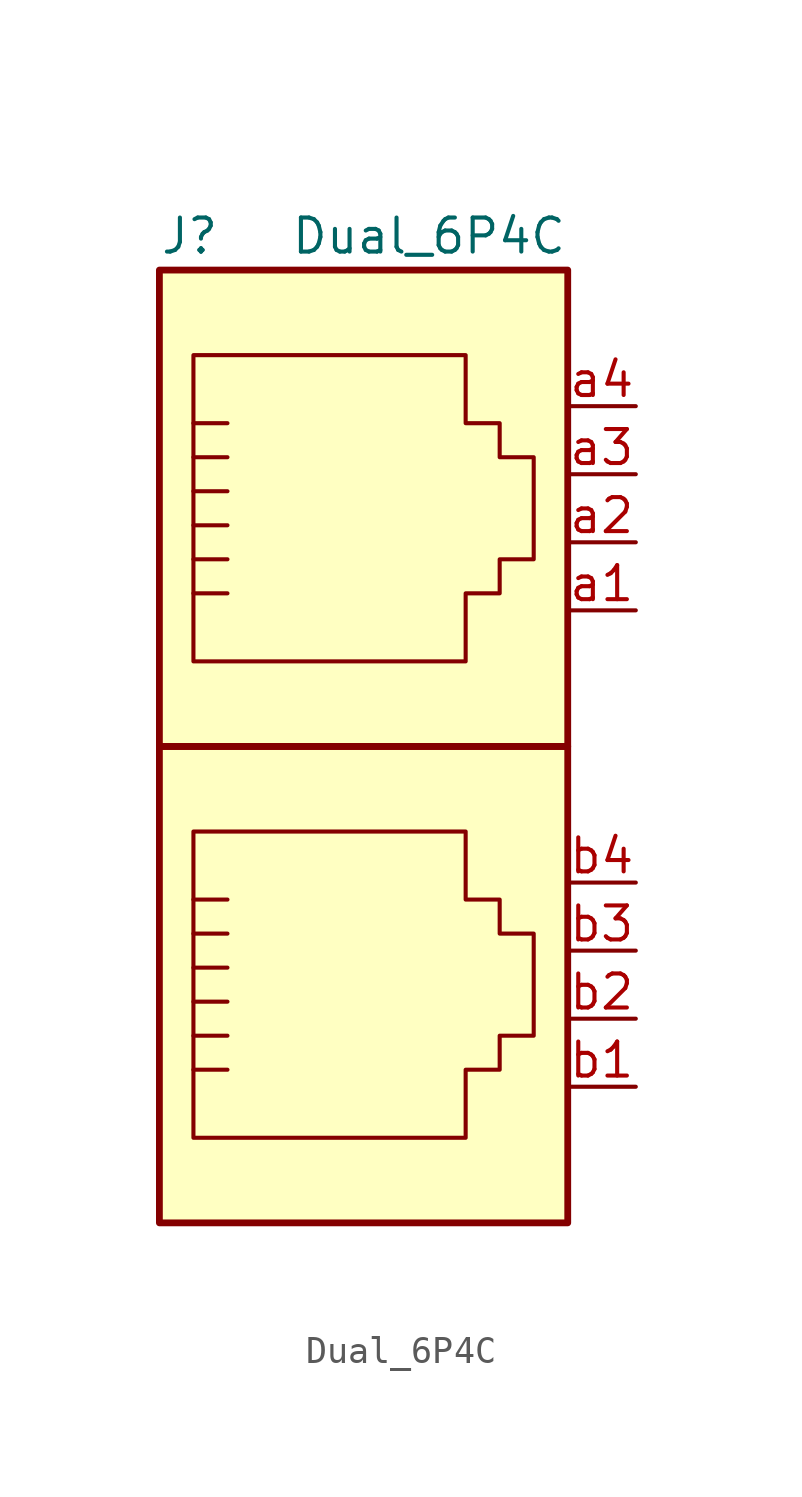
<source format=kicad_sym>
(kicad_symbol_lib
  (version 20220914)
  (generator kicad_symbol_editor)
  (symbol "Dual_6P4C"
    (pin_names
      (offset 1.016))
    (property "Reference" "J"
      (at -7.62 11.43 0)
      (effects (font (size 1.27 1.27)) (justify left)))
    (property "Value" "Dual_6P4C"
      (at 7.62 11.43 0)
      (effects (font (size 1.27 1.27)) (justify right)))
    (symbol "Dual_6P4C_0_1"
      (rectangle (start -7.62 10.16) (end 7.62 -7.62) (stroke (width 0.254) (type default)) (fill (type background)))
      (polyline (pts (xy -6.35 -19.685) (xy -5.08 -19.685) (xy -5.08 -19.685)) (stroke (width 0) (type default)) (fill (type none)))
      (polyline (pts (xy -6.35 -18.415) (xy -5.08 -18.415) (xy -5.08 -18.415)) (stroke (width 0) (type default)) (fill (type none)))
      (polyline (pts (xy -6.35 -17.145) (xy -5.08 -17.145) (xy -5.08 -17.145)) (stroke (width 0) (type default)) (fill (type none)))
      (polyline (pts (xy -6.35 -15.875) (xy -5.08 -15.875) (xy -5.08 -15.875)) (stroke (width 0) (type default)) (fill (type none)))
      (polyline (pts (xy -6.35 -14.605) (xy -5.08 -14.605) (xy -5.08 -14.605)) (stroke (width 0) (type default)) (fill (type none)))
      (polyline (pts (xy -6.35 -1.905) (xy -5.08 -1.905) (xy -5.08 -1.905)) (stroke (width 0) (type default)) (fill (type none)))
      (polyline (pts (xy -6.35 -0.635) (xy -5.08 -0.635) (xy -5.08 -0.635)) (stroke (width 0) (type default)) (fill (type none)))
      (polyline (pts (xy -6.35 0.635) (xy -5.08 0.635) (xy -5.08 0.635)) (stroke (width 0) (type default)) (fill (type none)))
      (polyline (pts (xy -6.35 1.905) (xy -5.08 1.905) (xy -5.08 1.905)) (stroke (width 0) (type default)) (fill (type none)))
      (polyline (pts (xy -6.35 3.175) (xy -5.08 3.175) (xy -5.08 3.175)) (stroke (width 0) (type default)) (fill (type none)))
      (polyline (pts (xy -5.08 -13.335) (xy -6.35 -13.335) (xy -6.35 -13.335)) (stroke (width 0) (type default)) (fill (type none)))
      (polyline (pts (xy -5.08 4.445) (xy -6.35 4.445) (xy -6.35 4.445)) (stroke (width 0) (type default)) (fill (type none)))
      (polyline (pts (xy -6.35 -22.225) (xy -6.35 -10.795) (xy 3.81 -10.795) (xy 3.81 -13.335) (xy 5.08 -13.335) (xy 5.08 -14.605) (xy 6.35 -14.605) (xy 6.35 -18.415) (xy 5.08 -18.415) (xy 5.08 -19.685) (xy 3.81 -19.685) (xy 3.81 -22.225) (xy -6.35 -22.225) (xy -6.35 -22.225)) (stroke (width 0) (type default)) (fill (type none)))
      (polyline (pts (xy -6.35 -4.445) (xy -6.35 6.985) (xy 3.81 6.985) (xy 3.81 4.445) (xy 5.08 4.445) (xy 5.08 3.175) (xy 6.35 3.175) (xy 6.35 -0.635) (xy 5.08 -0.635) (xy 5.08 -1.905) (xy 3.81 -1.905) (xy 3.81 -4.445) (xy -6.35 -4.445) (xy -6.35 -4.445)) (stroke (width 0) (type default)) (fill (type none)))
      (rectangle (start 7.62 -7.62) (end -7.62 -25.4) (stroke (width 0.254) (type default)) (fill (type background))))
    (symbol "Dual_6P4C_1_1"
      (pin passive line (at 10.16 -2.54 180) (length 2.54) (name "~" (effects (font (size 1.27 1.27)))) (number "a1" (effects (font (size 1.27 1.27)))))
      (pin passive line (at 10.16 0 180) (length 2.54) (name "~" (effects (font (size 1.27 1.27)))) (number "a2" (effects (font (size 1.27 1.27)))))
      (pin passive line (at 10.16 2.54 180) (length 2.54) (name "~" (effects (font (size 1.27 1.27)))) (number "a3" (effects (font (size 1.27 1.27)))))
      (pin passive line (at 10.16 5.08 180) (length 2.54) (name "~" (effects (font (size 1.27 1.27)))) (number "a4" (effects (font (size 1.27 1.27)))))
      (pin passive line (at 10.16 -20.32 180) (length 2.54) (name "~" (effects (font (size 1.27 1.27)))) (number "b1" (effects (font (size 1.27 1.27)))))
      (pin passive line (at 10.16 -17.78 180) (length 2.54) (name "~" (effects (font (size 1.27 1.27)))) (number "b2" (effects (font (size 1.27 1.27)))))
      (pin passive line (at 10.16 -15.24 180) (length 2.54) (name "~" (effects (font (size 1.27 1.27)))) (number "b3" (effects (font (size 1.27 1.27)))))
      (pin passive line (at 10.16 -12.7 180) (length 2.54) (name "~" (effects (font (size 1.27 1.27)))) (number "b4" (effects (font (size 1.27 1.27))))))))
</source>
